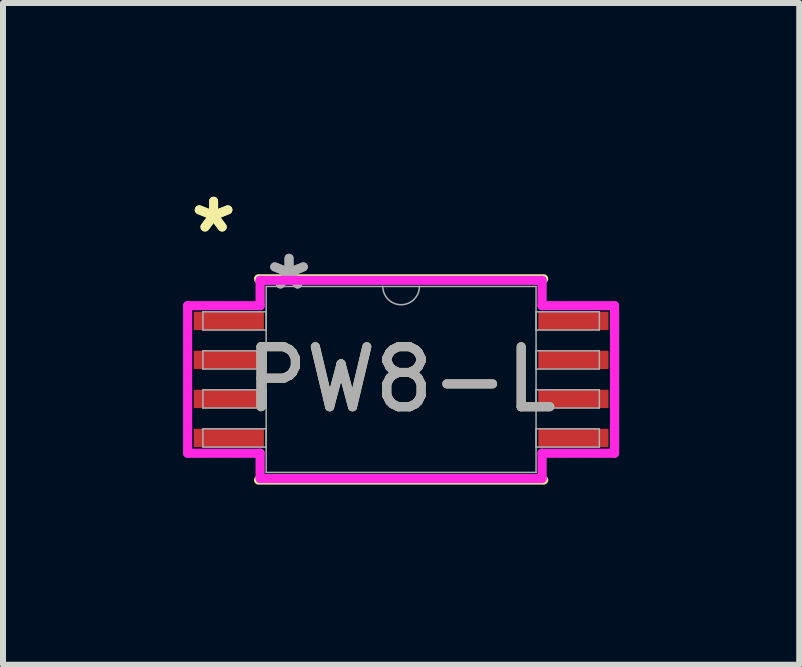
<source format=kicad_pcb>
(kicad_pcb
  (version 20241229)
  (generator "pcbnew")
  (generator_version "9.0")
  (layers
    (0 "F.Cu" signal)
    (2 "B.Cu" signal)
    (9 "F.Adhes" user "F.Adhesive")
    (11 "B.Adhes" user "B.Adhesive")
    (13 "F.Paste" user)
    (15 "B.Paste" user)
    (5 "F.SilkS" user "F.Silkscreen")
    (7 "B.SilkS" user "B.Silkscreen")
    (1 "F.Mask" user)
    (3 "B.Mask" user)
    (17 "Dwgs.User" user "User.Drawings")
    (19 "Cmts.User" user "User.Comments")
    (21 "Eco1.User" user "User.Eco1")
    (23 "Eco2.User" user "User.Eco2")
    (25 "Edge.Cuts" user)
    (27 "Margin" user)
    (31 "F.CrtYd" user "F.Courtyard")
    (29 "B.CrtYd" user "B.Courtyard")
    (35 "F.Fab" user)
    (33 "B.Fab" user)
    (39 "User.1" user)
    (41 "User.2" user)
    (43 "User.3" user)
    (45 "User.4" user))
  (footprint "PW8-L"
    (layer "F.Cu")
    (at 3.632 3.271)
    (property "Reference" "PW8-L" (at 0 0 0) (unlocked yes) (layer "F.SilkS") (effects (font (size 1 1) (thickness 0.15))))
    (attr smd)
    (fp_line (start -2.375 1.676) (end 2.375 1.676) (stroke (width 0.152) (type solid)) (layer "F.SilkS"))
    (fp_line (start 2.375 -1.676) (end -2.375 -1.676) (stroke (width 0.152) (type solid)) (layer "F.SilkS"))
    (fp_line (start -3.556 -1.229) (end -2.349 -1.229) (stroke (width 0.152) (type solid)) (layer "F.CrtYd"))
    (fp_line (start -3.556 1.229) (end -3.556 -1.229) (stroke (width 0.152) (type solid)) (layer "F.CrtYd"))
    (fp_line (start -3.556 1.229) (end -2.349 1.229) (stroke (width 0.152) (type solid)) (layer "F.CrtYd"))
    (fp_line (start -2.349 -1.651) (end 2.349 -1.651) (stroke (width 0.152) (type solid)) (layer "F.CrtYd"))
    (fp_line (start -2.349 -1.229) (end -2.349 -1.651) (stroke (width 0.152) (type solid)) (layer "F.CrtYd"))
    (fp_line (start -2.349 1.651) (end -2.349 1.229) (stroke (width 0.152) (type solid)) (layer "F.CrtYd"))
    (fp_line (start 2.349 -1.651) (end 2.349 -1.229) (stroke (width 0.152) (type solid)) (layer "F.CrtYd"))
    (fp_line (start 2.349 1.229) (end 2.349 1.651) (stroke (width 0.152) (type solid)) (layer "F.CrtYd"))
    (fp_line (start 2.349 1.651) (end -2.349 1.651) (stroke (width 0.152) (type solid)) (layer "F.CrtYd"))
    (fp_line (start 3.556 -1.229) (end 2.349 -1.229) (stroke (width 0.152) (type solid)) (layer "F.CrtYd"))
    (fp_line (start 3.556 -1.229) (end 3.556 1.229) (stroke (width 0.152) (type solid)) (layer "F.CrtYd"))
    (fp_line (start 3.556 1.229) (end 2.349 1.229) (stroke (width 0.152) (type solid)) (layer "F.CrtYd"))
    (fp_line (start -3.302 -1.127) (end -3.302 -0.823) (stroke (width 0.025) (type solid)) (layer "F.Fab"))
    (fp_line (start -3.302 -0.823) (end -2.248 -0.823) (stroke (width 0.025) (type solid)) (layer "F.Fab"))
    (fp_line (start -3.302 -0.477) (end -3.302 -0.173) (stroke (width 0.025) (type solid)) (layer "F.Fab"))
    (fp_line (start -3.302 -0.173) (end -2.248 -0.173) (stroke (width 0.025) (type solid)) (layer "F.Fab"))
    (fp_line (start -3.302 0.173) (end -3.302 0.477) (stroke (width 0.025) (type solid)) (layer "F.Fab"))
    (fp_line (start -3.302 0.477) (end -2.248 0.477) (stroke (width 0.025) (type solid)) (layer "F.Fab"))
    (fp_line (start -3.302 0.823) (end -3.302 1.127) (stroke (width 0.025) (type solid)) (layer "F.Fab"))
    (fp_line (start -3.302 1.127) (end -2.248 1.127) (stroke (width 0.025) (type solid)) (layer "F.Fab"))
    (fp_line (start -2.248 -1.549) (end -2.248 1.549) (stroke (width 0.025) (type solid)) (layer "F.Fab"))
    (fp_line (start -2.248 -1.127) (end -3.302 -1.127) (stroke (width 0.025) (type solid)) (layer "F.Fab"))
    (fp_line (start -2.248 -0.823) (end -2.248 -1.127) (stroke (width 0.025) (type solid)) (layer "F.Fab"))
    (fp_line (start -2.248 -0.477) (end -3.302 -0.477) (stroke (width 0.025) (type solid)) (layer "F.Fab"))
    (fp_line (start -2.248 -0.173) (end -2.248 -0.477) (stroke (width 0.025) (type solid)) (layer "F.Fab"))
    (fp_line (start -2.248 0.173) (end -3.302 0.173) (stroke (width 0.025) (type solid)) (layer "F.Fab"))
    (fp_line (start -2.248 0.477) (end -2.248 0.173) (stroke (width 0.025) (type solid)) (layer "F.Fab"))
    (fp_line (start -2.248 0.823) (end -3.302 0.823) (stroke (width 0.025) (type solid)) (layer "F.Fab"))
    (fp_line (start -2.248 1.127) (end -2.248 0.823) (stroke (width 0.025) (type solid)) (layer "F.Fab"))
    (fp_line (start -2.248 1.549) (end 2.248 1.549) (stroke (width 0.025) (type solid)) (layer "F.Fab"))
    (fp_line (start 2.248 -1.549) (end -2.248 -1.549) (stroke (width 0.025) (type solid)) (layer "F.Fab"))
    (fp_line (start 2.248 -1.127) (end 2.248 -0.823) (stroke (width 0.025) (type solid)) (layer "F.Fab"))
    (fp_line (start 2.248 -0.823) (end 3.302 -0.823) (stroke (width 0.025) (type solid)) (layer "F.Fab"))
    (fp_line (start 2.248 -0.477) (end 2.248 -0.173) (stroke (width 0.025) (type solid)) (layer "F.Fab"))
    (fp_line (start 2.248 -0.173) (end 3.302 -0.173) (stroke (width 0.025) (type solid)) (layer "F.Fab"))
    (fp_line (start 2.248 0.173) (end 2.248 0.477) (stroke (width 0.025) (type solid)) (layer "F.Fab"))
    (fp_line (start 2.248 0.477) (end 3.302 0.477) (stroke (width 0.025) (type solid)) (layer "F.Fab"))
    (fp_line (start 2.248 0.823) (end 2.248 1.127) (stroke (width 0.025) (type solid)) (layer "F.Fab"))
    (fp_line (start 2.248 1.127) (end 3.302 1.127) (stroke (width 0.025) (type solid)) (layer "F.Fab"))
    (fp_line (start 2.248 1.549) (end 2.248 -1.549) (stroke (width 0.025) (type solid)) (layer "F.Fab"))
    (fp_line (start 3.302 -1.127) (end 2.248 -1.127) (stroke (width 0.025) (type solid)) (layer "F.Fab"))
    (fp_line (start 3.302 -0.823) (end 3.302 -1.127) (stroke (width 0.025) (type solid)) (layer "F.Fab"))
    (fp_line (start 3.302 -0.477) (end 2.248 -0.477) (stroke (width 0.025) (type solid)) (layer "F.Fab"))
    (fp_line (start 3.302 -0.173) (end 3.302 -0.477) (stroke (width 0.025) (type solid)) (layer "F.Fab"))
    (fp_line (start 3.302 0.173) (end 2.248 0.173) (stroke (width 0.025) (type solid)) (layer "F.Fab"))
    (fp_line (start 3.302 0.477) (end 3.302 0.173) (stroke (width 0.025) (type solid)) (layer "F.Fab"))
    (fp_line (start 3.302 0.823) (end 2.248 0.823) (stroke (width 0.025) (type solid)) (layer "F.Fab"))
    (fp_line (start 3.302 1.127) (end 3.302 0.823) (stroke (width 0.025) (type solid)) (layer "F.Fab"))
    (fp_arc (start 0.3048 -1.5494) (mid 0 -1.2446) (end -0.3048 -1.5494) (stroke (width 0.0254) (type solid)) (layer "F.Fab"))
    (fp_text user "*" (at -3.124 -2.423 0) (layer "F.SilkS") (effects (font (size 1 1) (thickness 0.15))))
    (fp_text user "*" (at -3.124 -2.423 0) (unlocked yes) (layer "F.SilkS") (effects (font (size 1 1) (thickness 0.15))))
    (fp_text user "*" (at -1.867 -1.473 0) (unlocked yes) (layer "F.Fab") (effects (font (size 1 1) (thickness 0.15))))
    (fp_text user "${REFERENCE}" (at 0 0 0) (unlocked yes) (layer "F.Fab") (effects (font (size 1 1) (thickness 0.15))))
    (fp_text user "*" (at -1.867 -1.473 0) (layer "F.Fab") (effects (font (size 1 1) (thickness 0.15))))
    (pad "1" smd rect (at -2.87 -0.975) (size 1.168 0.305) (layers "F.Cu" "F.Mask" "F.Paste"))
    (pad "2" smd rect (at -2.87 -0.325) (size 1.168 0.305) (layers "F.Cu" "F.Mask" "F.Paste"))
    (pad "3" smd rect (at -2.87 0.325) (size 1.168 0.305) (layers "F.Cu" "F.Mask" "F.Paste"))
    (pad "4" smd rect (at -2.87 0.975) (size 1.168 0.305) (layers "F.Cu" "F.Mask" "F.Paste"))
    (pad "5" smd rect (at 2.87 0.975) (size 1.168 0.305) (layers "F.Cu" "F.Mask" "F.Paste"))
    (pad "6" smd rect (at 2.87 0.325) (size 1.168 0.305) (layers "F.Cu" "F.Mask" "F.Paste"))
    (pad "7" smd rect (at 2.87 -0.325) (size 1.168 0.305) (layers "F.Cu" "F.Mask" "F.Paste"))
    (pad "8" smd rect (at 2.87 -0.975) (size 1.168 0.305) (layers "F.Cu" "F.Mask" "F.Paste")))
  (gr_rect
    (start -3 -3)
    (end 10.264 8.024)
    (stroke (width 0.1) (type default))
    (fill no)
    (layer "Edge.Cuts")))
</source>
